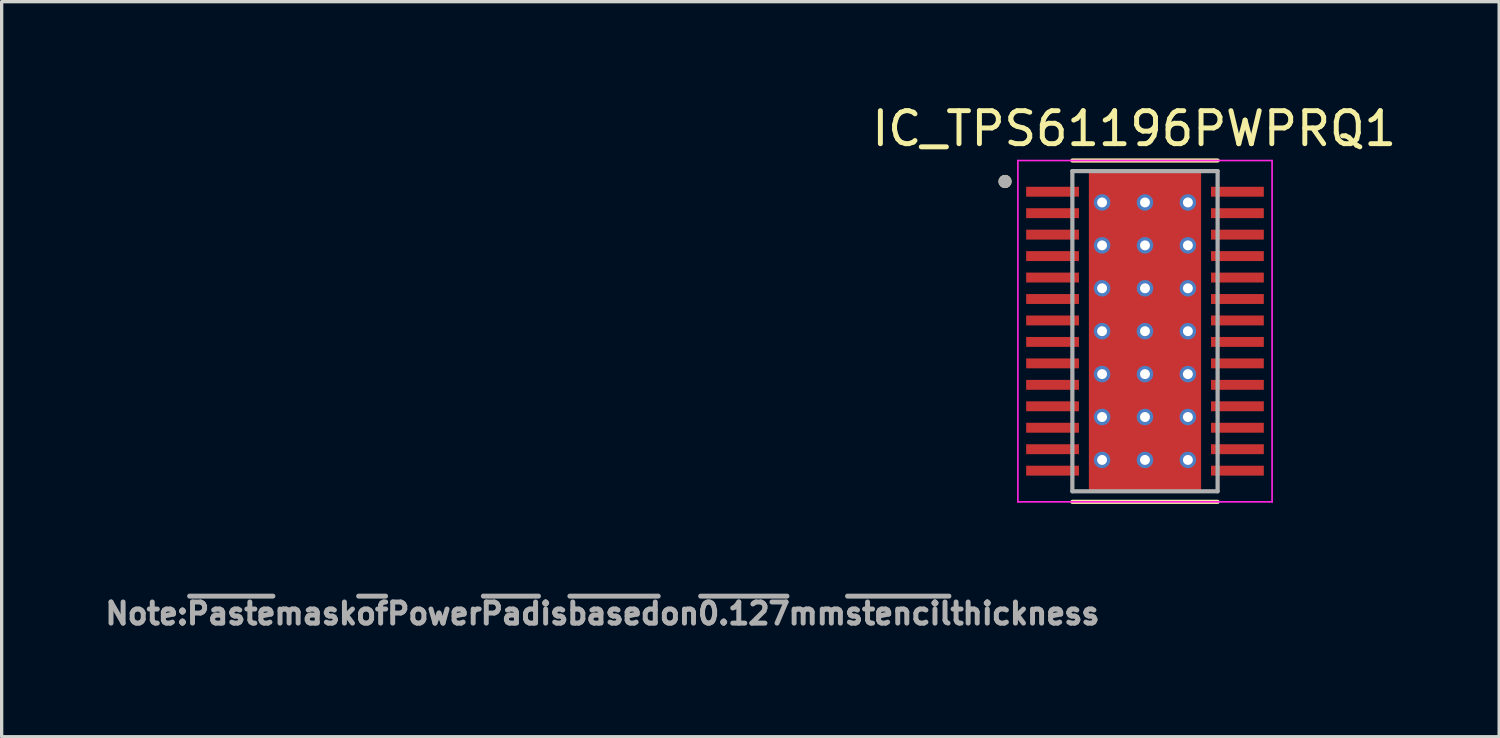
<source format=kicad_pcb>
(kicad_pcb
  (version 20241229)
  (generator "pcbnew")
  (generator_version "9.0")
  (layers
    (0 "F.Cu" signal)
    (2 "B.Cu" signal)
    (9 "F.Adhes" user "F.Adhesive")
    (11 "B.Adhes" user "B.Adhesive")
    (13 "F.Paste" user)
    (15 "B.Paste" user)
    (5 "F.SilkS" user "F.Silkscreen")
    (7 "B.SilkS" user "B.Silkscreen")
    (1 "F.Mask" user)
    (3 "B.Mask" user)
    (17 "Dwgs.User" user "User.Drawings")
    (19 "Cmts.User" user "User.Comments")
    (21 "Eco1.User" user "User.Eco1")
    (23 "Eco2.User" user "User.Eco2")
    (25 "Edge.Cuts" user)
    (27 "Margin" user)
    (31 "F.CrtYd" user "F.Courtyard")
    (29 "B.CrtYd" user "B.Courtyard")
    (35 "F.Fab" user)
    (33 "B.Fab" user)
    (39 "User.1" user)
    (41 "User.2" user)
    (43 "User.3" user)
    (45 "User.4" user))
  (footprint "IC_TPS61196PWPRQ1"
    (layer "F.Cu")
    (at 31.636 6.983)
    (property "Reference" "IC_TPS61196PWPRQ1" (at -0.325 -6.135 0) (layer "F.SilkS") (effects (font (size 1 1) (thickness 0.15))))
    (attr through_hole)
    (fp_poly (pts (xy -3.67 -4.445) (xy -1.93 -4.445) (xy -1.93 -4.005) (xy -3.67 -4.005)) (stroke (width 0.01) (type solid)) (fill yes) (layer "F.Mask"))
    (fp_poly (pts (xy -3.67 -3.795) (xy -1.93 -3.795) (xy -1.93 -3.355) (xy -3.67 -3.355)) (stroke (width 0.01) (type solid)) (fill yes) (layer "F.Mask"))
    (fp_poly (pts (xy -3.67 -3.145) (xy -1.93 -3.145) (xy -1.93 -2.705) (xy -3.67 -2.705)) (stroke (width 0.01) (type solid)) (fill yes) (layer "F.Mask"))
    (fp_poly (pts (xy -3.67 -2.495) (xy -1.93 -2.495) (xy -1.93 -2.055) (xy -3.67 -2.055)) (stroke (width 0.01) (type solid)) (fill yes) (layer "F.Mask"))
    (fp_poly (pts (xy -3.67 -1.845) (xy -1.93 -1.845) (xy -1.93 -1.405) (xy -3.67 -1.405)) (stroke (width 0.01) (type solid)) (fill yes) (layer "F.Mask"))
    (fp_poly (pts (xy -3.67 -1.195) (xy -1.93 -1.195) (xy -1.93 -0.755) (xy -3.67 -0.755)) (stroke (width 0.01) (type solid)) (fill yes) (layer "F.Mask"))
    (fp_poly (pts (xy -3.67 -0.545) (xy -1.93 -0.545) (xy -1.93 -0.105) (xy -3.67 -0.105)) (stroke (width 0.01) (type solid)) (fill yes) (layer "F.Mask"))
    (fp_poly (pts (xy -3.67 0.105) (xy -1.93 0.105) (xy -1.93 0.545) (xy -3.67 0.545)) (stroke (width 0.01) (type solid)) (fill yes) (layer "F.Mask"))
    (fp_poly (pts (xy -3.67 0.755) (xy -1.93 0.755) (xy -1.93 1.195) (xy -3.67 1.195)) (stroke (width 0.01) (type solid)) (fill yes) (layer "F.Mask"))
    (fp_poly (pts (xy -3.67 1.405) (xy -1.93 1.405) (xy -1.93 1.845) (xy -3.67 1.845)) (stroke (width 0.01) (type solid)) (fill yes) (layer "F.Mask"))
    (fp_poly (pts (xy -3.67 2.055) (xy -1.93 2.055) (xy -1.93 2.495) (xy -3.67 2.495)) (stroke (width 0.01) (type solid)) (fill yes) (layer "F.Mask"))
    (fp_poly (pts (xy -3.67 2.705) (xy -1.93 2.705) (xy -1.93 3.145) (xy -3.67 3.145)) (stroke (width 0.01) (type solid)) (fill yes) (layer "F.Mask"))
    (fp_poly (pts (xy -3.67 3.355) (xy -1.93 3.355) (xy -1.93 3.795) (xy -3.67 3.795)) (stroke (width 0.01) (type solid)) (fill yes) (layer "F.Mask"))
    (fp_poly (pts (xy -3.67 4.005) (xy -1.93 4.005) (xy -1.93 4.445) (xy -3.67 4.445)) (stroke (width 0.01) (type solid)) (fill yes) (layer "F.Mask"))
    (fp_poly (pts (xy -1.2 -3.23) (xy 1.2 -3.23) (xy 1.2 3.23) (xy -1.2 3.23)) (stroke (width 0.01) (type solid)) (fill yes) (layer "F.Mask"))
    (fp_poly (pts (xy 1.93 -4.445) (xy 3.67 -4.445) (xy 3.67 -4.005) (xy 1.93 -4.005)) (stroke (width 0.01) (type solid)) (fill yes) (layer "F.Mask"))
    (fp_poly (pts (xy 1.93 -3.795) (xy 3.67 -3.795) (xy 3.67 -3.355) (xy 1.93 -3.355)) (stroke (width 0.01) (type solid)) (fill yes) (layer "F.Mask"))
    (fp_poly (pts (xy 1.93 -3.145) (xy 3.67 -3.145) (xy 3.67 -2.705) (xy 1.93 -2.705)) (stroke (width 0.01) (type solid)) (fill yes) (layer "F.Mask"))
    (fp_poly (pts (xy 1.93 -2.495) (xy 3.67 -2.495) (xy 3.67 -2.055) (xy 1.93 -2.055)) (stroke (width 0.01) (type solid)) (fill yes) (layer "F.Mask"))
    (fp_poly (pts (xy 1.93 -1.845) (xy 3.67 -1.845) (xy 3.67 -1.405) (xy 1.93 -1.405)) (stroke (width 0.01) (type solid)) (fill yes) (layer "F.Mask"))
    (fp_poly (pts (xy 1.93 -1.195) (xy 3.67 -1.195) (xy 3.67 -0.755) (xy 1.93 -0.755)) (stroke (width 0.01) (type solid)) (fill yes) (layer "F.Mask"))
    (fp_poly (pts (xy 1.93 -0.545) (xy 3.67 -0.545) (xy 3.67 -0.105) (xy 1.93 -0.105)) (stroke (width 0.01) (type solid)) (fill yes) (layer "F.Mask"))
    (fp_poly (pts (xy 1.93 0.105) (xy 3.67 0.105) (xy 3.67 0.545) (xy 1.93 0.545)) (stroke (width 0.01) (type solid)) (fill yes) (layer "F.Mask"))
    (fp_poly (pts (xy 1.93 0.755) (xy 3.67 0.755) (xy 3.67 1.195) (xy 1.93 1.195)) (stroke (width 0.01) (type solid)) (fill yes) (layer "F.Mask"))
    (fp_poly (pts (xy 1.93 1.405) (xy 3.67 1.405) (xy 3.67 1.845) (xy 1.93 1.845)) (stroke (width 0.01) (type solid)) (fill yes) (layer "F.Mask"))
    (fp_poly (pts (xy 1.93 2.055) (xy 3.67 2.055) (xy 3.67 2.495) (xy 1.93 2.495)) (stroke (width 0.01) (type solid)) (fill yes) (layer "F.Mask"))
    (fp_poly (pts (xy 1.93 2.705) (xy 3.67 2.705) (xy 3.67 3.145) (xy 1.93 3.145)) (stroke (width 0.01) (type solid)) (fill yes) (layer "F.Mask"))
    (fp_poly (pts (xy 1.93 3.355) (xy 3.67 3.355) (xy 3.67 3.795) (xy 1.93 3.795)) (stroke (width 0.01) (type solid)) (fill yes) (layer "F.Mask"))
    (fp_poly (pts (xy 1.93 4.005) (xy 3.67 4.005) (xy 3.67 4.445) (xy 1.93 4.445)) (stroke (width 0.01) (type solid)) (fill yes) (layer "F.Mask"))
    (fp_line (start -2.2 -5.17) (end 2.2 -5.17) (stroke (width 0.127) (type solid)) (layer "F.SilkS"))
    (fp_line (start -2.2 5.17) (end 2.2 5.17) (stroke (width 0.127) (type solid)) (layer "F.SilkS"))
    (fp_circle (center -4.24 -4.535) (end -4.14 -4.535) (stroke (width 0.2) (type solid)) (fill no) (layer "F.SilkS"))
    (fp_poly (pts (xy -3.575 -4.35) (xy -2.025 -4.35) (xy -2.025 -4.1) (xy -3.575 -4.1)) (stroke (width 0.01) (type solid)) (fill yes) (layer "F.Paste"))
    (fp_poly (pts (xy -3.575 -3.7) (xy -2.025 -3.7) (xy -2.025 -3.45) (xy -3.575 -3.45)) (stroke (width 0.01) (type solid)) (fill yes) (layer "F.Paste"))
    (fp_poly (pts (xy -3.575 -3.05) (xy -2.025 -3.05) (xy -2.025 -2.8) (xy -3.575 -2.8)) (stroke (width 0.01) (type solid)) (fill yes) (layer "F.Paste"))
    (fp_poly (pts (xy -3.575 -2.4) (xy -2.025 -2.4) (xy -2.025 -2.15) (xy -3.575 -2.15)) (stroke (width 0.01) (type solid)) (fill yes) (layer "F.Paste"))
    (fp_poly (pts (xy -3.575 -1.75) (xy -2.025 -1.75) (xy -2.025 -1.5) (xy -3.575 -1.5)) (stroke (width 0.01) (type solid)) (fill yes) (layer "F.Paste"))
    (fp_poly (pts (xy -3.575 -1.1) (xy -2.025 -1.1) (xy -2.025 -0.85) (xy -3.575 -0.85)) (stroke (width 0.01) (type solid)) (fill yes) (layer "F.Paste"))
    (fp_poly (pts (xy -3.575 -0.45) (xy -2.025 -0.45) (xy -2.025 -0.2) (xy -3.575 -0.2)) (stroke (width 0.01) (type solid)) (fill yes) (layer "F.Paste"))
    (fp_poly (pts (xy -3.575 0.2) (xy -2.025 0.2) (xy -2.025 0.45) (xy -3.575 0.45)) (stroke (width 0.01) (type solid)) (fill yes) (layer "F.Paste"))
    (fp_poly (pts (xy -3.575 0.85) (xy -2.025 0.85) (xy -2.025 1.1) (xy -3.575 1.1)) (stroke (width 0.01) (type solid)) (fill yes) (layer "F.Paste"))
    (fp_poly (pts (xy -3.575 1.5) (xy -2.025 1.5) (xy -2.025 1.75) (xy -3.575 1.75)) (stroke (width 0.01) (type solid)) (fill yes) (layer "F.Paste"))
    (fp_poly (pts (xy -3.575 2.15) (xy -2.025 2.15) (xy -2.025 2.4) (xy -3.575 2.4)) (stroke (width 0.01) (type solid)) (fill yes) (layer "F.Paste"))
    (fp_poly (pts (xy -3.575 2.8) (xy -2.025 2.8) (xy -2.025 3.05) (xy -3.575 3.05)) (stroke (width 0.01) (type solid)) (fill yes) (layer "F.Paste"))
    (fp_poly (pts (xy -3.575 3.45) (xy -2.025 3.45) (xy -2.025 3.7) (xy -3.575 3.7)) (stroke (width 0.01) (type solid)) (fill yes) (layer "F.Paste"))
    (fp_poly (pts (xy -3.575 4.1) (xy -2.025 4.1) (xy -2.025 4.35) (xy -3.575 4.35)) (stroke (width 0.01) (type solid)) (fill yes) (layer "F.Paste"))
    (fp_poly (pts (xy -1.2 -3.23) (xy 1.2 -3.23) (xy 1.2 3.23) (xy -1.2 3.23)) (stroke (width 0.01) (type solid)) (fill yes) (layer "F.Paste"))
    (fp_poly (pts (xy 2.025 -4.35) (xy 3.575 -4.35) (xy 3.575 -4.1) (xy 2.025 -4.1)) (stroke (width 0.01) (type solid)) (fill yes) (layer "F.Paste"))
    (fp_poly (pts (xy 2.025 -3.7) (xy 3.575 -3.7) (xy 3.575 -3.45) (xy 2.025 -3.45)) (stroke (width 0.01) (type solid)) (fill yes) (layer "F.Paste"))
    (fp_poly (pts (xy 2.025 -3.05) (xy 3.575 -3.05) (xy 3.575 -2.8) (xy 2.025 -2.8)) (stroke (width 0.01) (type solid)) (fill yes) (layer "F.Paste"))
    (fp_poly (pts (xy 2.025 -2.4) (xy 3.575 -2.4) (xy 3.575 -2.15) (xy 2.025 -2.15)) (stroke (width 0.01) (type solid)) (fill yes) (layer "F.Paste"))
    (fp_poly (pts (xy 2.025 -1.75) (xy 3.575 -1.75) (xy 3.575 -1.5) (xy 2.025 -1.5)) (stroke (width 0.01) (type solid)) (fill yes) (layer "F.Paste"))
    (fp_poly (pts (xy 2.025 -1.1) (xy 3.575 -1.1) (xy 3.575 -0.85) (xy 2.025 -0.85)) (stroke (width 0.01) (type solid)) (fill yes) (layer "F.Paste"))
    (fp_poly (pts (xy 2.025 -0.45) (xy 3.575 -0.45) (xy 3.575 -0.2) (xy 2.025 -0.2)) (stroke (width 0.01) (type solid)) (fill yes) (layer "F.Paste"))
    (fp_poly (pts (xy 2.025 0.2) (xy 3.575 0.2) (xy 3.575 0.45) (xy 2.025 0.45)) (stroke (width 0.01) (type solid)) (fill yes) (layer "F.Paste"))
    (fp_poly (pts (xy 2.025 0.85) (xy 3.575 0.85) (xy 3.575 1.1) (xy 2.025 1.1)) (stroke (width 0.01) (type solid)) (fill yes) (layer "F.Paste"))
    (fp_poly (pts (xy 2.025 1.5) (xy 3.575 1.5) (xy 3.575 1.75) (xy 2.025 1.75)) (stroke (width 0.01) (type solid)) (fill yes) (layer "F.Paste"))
    (fp_poly (pts (xy 2.025 2.15) (xy 3.575 2.15) (xy 3.575 2.4) (xy 2.025 2.4)) (stroke (width 0.01) (type solid)) (fill yes) (layer "F.Paste"))
    (fp_poly (pts (xy 2.025 2.8) (xy 3.575 2.8) (xy 3.575 3.05) (xy 2.025 3.05)) (stroke (width 0.01) (type solid)) (fill yes) (layer "F.Paste"))
    (fp_poly (pts (xy 2.025 3.45) (xy 3.575 3.45) (xy 3.575 3.7) (xy 2.025 3.7)) (stroke (width 0.01) (type solid)) (fill yes) (layer "F.Paste"))
    (fp_poly (pts (xy 2.025 4.1) (xy 3.575 4.1) (xy 3.575 4.35) (xy 2.025 4.35)) (stroke (width 0.01) (type solid)) (fill yes) (layer "F.Paste"))
    (fp_line (start -3.85 -5.17) (end -3.85 5.17) (stroke (width 0.05) (type solid)) (layer "F.CrtYd"))
    (fp_line (start -3.85 -5.17) (end 3.85 -5.17) (stroke (width 0.05) (type solid)) (layer "F.CrtYd"))
    (fp_line (start -3.85 5.17) (end 3.85 5.17) (stroke (width 0.05) (type solid)) (layer "F.CrtYd"))
    (fp_line (start 3.85 -5.17) (end 3.85 5.17) (stroke (width 0.05) (type solid)) (layer "F.CrtYd"))
    (fp_line (start -2.2 -4.85) (end -2.2 4.85) (stroke (width 0.127) (type solid)) (layer "F.Fab"))
    (fp_line (start -2.2 -4.85) (end 2.2 -4.85) (stroke (width 0.127) (type solid)) (layer "F.Fab"))
    (fp_line (start -2.2 4.85) (end 2.2 4.85) (stroke (width 0.127) (type solid)) (layer "F.Fab"))
    (fp_line (start 2.2 -4.85) (end 2.2 4.85) (stroke (width 0.127) (type solid)) (layer "F.Fab"))
    (fp_circle (center -4.24 -4.535) (end -4.14 -4.535) (stroke (width 0.2) (type solid)) (fill no) (layer "F.Fab"))
    (fp_text user "Note:~{Paste}mask~{of}Power~{Pad}is~{based}on~{0.127}mm~{stencil}thickness" (at -16.435 8.555 0) (layer "F.Fab") (effects (font (size 0.64 0.64) (thickness 0.15))))
    (pad "1" smd rect (at -2.8 -4.225) (size 1.6 0.3) (layers "F.Cu"))
    (pad "2" smd rect (at -2.8 -3.575) (size 1.6 0.3) (layers "F.Cu"))
    (pad "3" smd rect (at -2.8 -2.925) (size 1.6 0.3) (layers "F.Cu"))
    (pad "4" smd rect (at -2.8 -2.275) (size 1.6 0.3) (layers "F.Cu"))
    (pad "5" smd rect (at -2.8 -1.625) (size 1.6 0.3) (layers "F.Cu"))
    (pad "6" smd rect (at -2.8 -0.975) (size 1.6 0.3) (layers "F.Cu"))
    (pad "7" smd rect (at -2.8 -0.325) (size 1.6 0.3) (layers "F.Cu"))
    (pad "8" smd rect (at -2.8 0.325) (size 1.6 0.3) (layers "F.Cu"))
    (pad "9" smd rect (at -2.8 0.975) (size 1.6 0.3) (layers "F.Cu"))
    (pad "10" smd rect (at -2.8 1.625) (size 1.6 0.3) (layers "F.Cu"))
    (pad "11" smd rect (at -2.8 2.275) (size 1.6 0.3) (layers "F.Cu"))
    (pad "12" smd rect (at -2.8 2.925) (size 1.6 0.3) (layers "F.Cu"))
    (pad "13" smd rect (at -2.8 3.575) (size 1.6 0.3) (layers "F.Cu"))
    (pad "14" smd rect (at -2.8 4.225) (size 1.6 0.3) (layers "F.Cu"))
    (pad "15" smd rect (at 2.8 4.225) (size 1.6 0.3) (layers "F.Cu"))
    (pad "16" smd rect (at 2.8 3.575) (size 1.6 0.3) (layers "F.Cu"))
    (pad "17" smd rect (at 2.8 2.925) (size 1.6 0.3) (layers "F.Cu"))
    (pad "18" smd rect (at 2.8 2.275) (size 1.6 0.3) (layers "F.Cu"))
    (pad "19" smd rect (at 2.8 1.625) (size 1.6 0.3) (layers "F.Cu"))
    (pad "20" smd rect (at 2.8 0.975) (size 1.6 0.3) (layers "F.Cu"))
    (pad "21" smd rect (at 2.8 0.325) (size 1.6 0.3) (layers "F.Cu"))
    (pad "22" smd rect (at 2.8 -0.325) (size 1.6 0.3) (layers "F.Cu"))
    (pad "23" smd rect (at 2.8 -0.975) (size 1.6 0.3) (layers "F.Cu"))
    (pad "24" smd rect (at 2.8 -1.625) (size 1.6 0.3) (layers "F.Cu"))
    (pad "25" smd rect (at 2.8 -2.275) (size 1.6 0.3) (layers "F.Cu"))
    (pad "26" smd rect (at 2.8 -2.925) (size 1.6 0.3) (layers "F.Cu"))
    (pad "27" smd rect (at 2.8 -3.575) (size 1.6 0.3) (layers "F.Cu"))
    (pad "28" smd rect (at 2.8 -4.225) (size 1.6 0.3) (layers "F.Cu"))
    (pad "29" smd rect (at 0 0) (size 3.4 9.7) (layers "F.Cu"))
    (pad "30" thru_hole circle (at 0 0) (size 0.5 0.5) (drill 0.3) (layers "*.Cu"))
    (pad "31" thru_hole circle (at 0 -1.3) (size 0.5 0.5) (drill 0.3) (layers "*.Cu"))
    (pad "32" thru_hole circle (at 0 -2.6) (size 0.5 0.5) (drill 0.3) (layers "*.Cu"))
    (pad "33" thru_hole circle (at 0 -3.9) (size 0.5 0.5) (drill 0.3) (layers "*.Cu"))
    (pad "34" thru_hole circle (at 0 1.3) (size 0.5 0.5) (drill 0.3) (layers "*.Cu"))
    (pad "35" thru_hole circle (at 0 2.6) (size 0.5 0.5) (drill 0.3) (layers "*.Cu"))
    (pad "36" thru_hole circle (at 0 3.9) (size 0.5 0.5) (drill 0.3) (layers "*.Cu"))
    (pad "37" thru_hole circle (at -1.3 -3.9) (size 0.5 0.5) (drill 0.3) (layers "*.Cu"))
    (pad "38" thru_hole circle (at 1.3 -3.9) (size 0.5 0.5) (drill 0.3) (layers "*.Cu"))
    (pad "39" thru_hole circle (at -1.3 -2.6) (size 0.5 0.5) (drill 0.3) (layers "*.Cu"))
    (pad "40" thru_hole circle (at 1.3 -2.6) (size 0.5 0.5) (drill 0.3) (layers "*.Cu"))
    (pad "41" thru_hole circle (at 1.3 -1.3) (size 0.5 0.5) (drill 0.3) (layers "*.Cu"))
    (pad "42" thru_hole circle (at -1.3 -1.3) (size 0.5 0.5) (drill 0.3) (layers "*.Cu"))
    (pad "43" thru_hole circle (at -1.3 0) (size 0.5 0.5) (drill 0.3) (layers "*.Cu"))
    (pad "44" thru_hole circle (at 1.3 0) (size 0.5 0.5) (drill 0.3) (layers "*.Cu"))
    (pad "45" thru_hole circle (at -1.3 1.3) (size 0.5 0.5) (drill 0.3) (layers "*.Cu"))
    (pad "46" thru_hole circle (at 1.3 1.3) (size 0.5 0.5) (drill 0.3) (layers "*.Cu"))
    (pad "47" thru_hole circle (at -1.3 2.6) (size 0.5 0.5) (drill 0.3) (layers "*.Cu"))
    (pad "48" thru_hole circle (at 1.3 2.6) (size 0.5 0.5) (drill 0.3) (layers "*.Cu"))
    (pad "49" thru_hole circle (at -1.3 3.9) (size 0.5 0.5) (drill 0.3) (layers "*.Cu"))
    (pad "50" thru_hole circle (at 1.3 3.9) (size 0.5 0.5) (drill 0.3) (layers "*.Cu")))
  (gr_rect
    (start -3 -3)
    (end 42.365 19.267)
    (stroke (width 0.1) (type default))
    (fill no)
    (layer "Edge.Cuts")))
</source>
